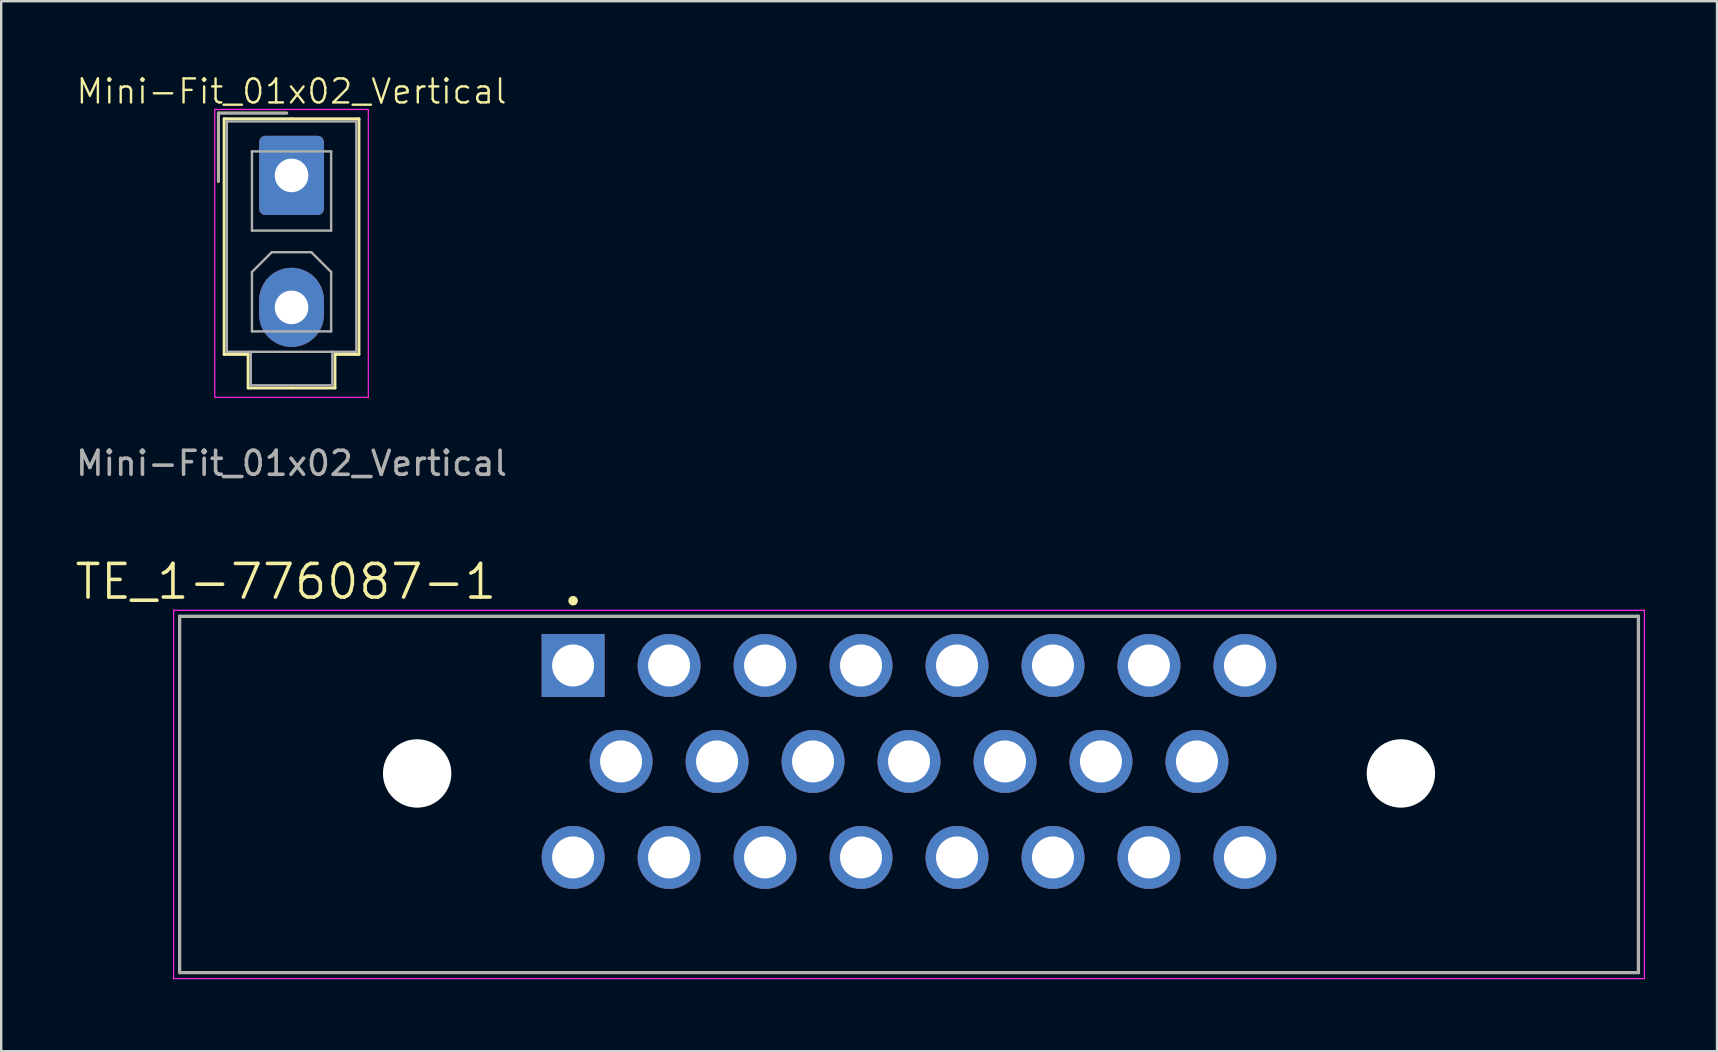
<source format=kicad_pcb>
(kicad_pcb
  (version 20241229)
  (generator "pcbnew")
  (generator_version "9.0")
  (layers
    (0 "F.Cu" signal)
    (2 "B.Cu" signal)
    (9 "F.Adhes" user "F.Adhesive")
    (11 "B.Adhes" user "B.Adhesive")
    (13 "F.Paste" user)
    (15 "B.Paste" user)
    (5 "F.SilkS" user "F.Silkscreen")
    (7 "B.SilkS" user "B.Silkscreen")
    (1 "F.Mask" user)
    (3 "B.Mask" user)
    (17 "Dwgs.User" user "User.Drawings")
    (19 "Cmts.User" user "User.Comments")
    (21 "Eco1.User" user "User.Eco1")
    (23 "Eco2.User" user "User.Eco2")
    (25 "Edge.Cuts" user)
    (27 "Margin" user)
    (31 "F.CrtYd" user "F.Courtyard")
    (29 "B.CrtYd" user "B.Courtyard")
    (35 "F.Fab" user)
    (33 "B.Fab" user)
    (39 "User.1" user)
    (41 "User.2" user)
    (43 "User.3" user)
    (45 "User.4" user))
  (footprint "TE_1-776087-1"
    (layer "F.Cu")
    (at 20.836 24.686)
    (property "Reference" "TE_1-776087-1" (at -11.972 -3.494 0) (layer "F.SilkS") (effects (font (size 1.402 1.402) (thickness 0.15))))
    (attr through_hole)
    (fp_line (start -16.4 -2.05) (end -16.4 12.8) (stroke (width 0.127) (type solid)) (layer "F.SilkS"))
    (fp_line (start 44.4 -2.05) (end -16.4 -2.05) (stroke (width 0.127) (type solid)) (layer "F.SilkS"))
    (fp_line (start 44.4 12.8) (end -16.4 12.8) (stroke (width 0.127) (type solid)) (layer "F.SilkS"))
    (fp_line (start 44.4 12.8) (end 44.4 -2.05) (stroke (width 0.127) (type solid)) (layer "F.SilkS"))
    (fp_circle (center 0 -2.7) (end 0.1 -2.7) (stroke (width 0.2) (type solid)) (fill no) (layer "F.SilkS"))
    (fp_line (start -16.65 -2.3) (end 44.65 -2.3) (stroke (width 0.05) (type solid)) (layer "F.CrtYd"))
    (fp_line (start -16.65 13.05) (end -16.65 -2.3) (stroke (width 0.05) (type solid)) (layer "F.CrtYd"))
    (fp_line (start 44.65 -2.3) (end 44.65 13.05) (stroke (width 0.05) (type solid)) (layer "F.CrtYd"))
    (fp_line (start 44.65 13.05) (end -16.65 13.05) (stroke (width 0.05) (type solid)) (layer "F.CrtYd"))
    (fp_line (start -16.4 -2.05) (end -16.4 12.8) (stroke (width 0.127) (type solid)) (layer "F.Fab"))
    (fp_line (start 44.4 -2.05) (end -16.4 -2.05) (stroke (width 0.127) (type solid)) (layer "F.Fab"))
    (fp_line (start 44.4 12.8) (end -16.4 12.8) (stroke (width 0.127) (type solid)) (layer "F.Fab"))
    (fp_line (start 44.4 12.8) (end 44.4 -2.05) (stroke (width 0.127) (type solid)) (layer "F.Fab"))
    (pad "" np_thru_hole circle (at -6.5 4.5) (size 2.85 2.85) (drill 2.85) (layers "*.Cu" "*.Mask"))
    (pad "" np_thru_hole circle (at 34.5 4.5) (size 2.85 2.85) (drill 2.85) (layers "*.Cu" "*.Mask"))
    (pad "1" thru_hole rect (at 0 0) (size 2.625 2.625) (drill 1.75) (layers "*.Cu" "*.Mask"))
    (pad "2" thru_hole circle (at 4 0) (size 2.625 2.625) (drill 1.75) (layers "*.Cu" "*.Mask"))
    (pad "3" thru_hole circle (at 8 0) (size 2.625 2.625) (drill 1.75) (layers "*.Cu" "*.Mask"))
    (pad "4" thru_hole circle (at 12 0) (size 2.625 2.625) (drill 1.75) (layers "*.Cu" "*.Mask"))
    (pad "5" thru_hole circle (at 16 0) (size 2.625 2.625) (drill 1.75) (layers "*.Cu" "*.Mask"))
    (pad "6" thru_hole circle (at 20 0) (size 2.625 2.625) (drill 1.75) (layers "*.Cu" "*.Mask"))
    (pad "7" thru_hole circle (at 24 0) (size 2.625 2.625) (drill 1.75) (layers "*.Cu" "*.Mask"))
    (pad "8" thru_hole circle (at 28 0) (size 2.625 2.625) (drill 1.75) (layers "*.Cu" "*.Mask"))
    (pad "9" thru_hole circle (at 2 4) (size 2.625 2.625) (drill 1.75) (layers "*.Cu" "*.Mask"))
    (pad "10" thru_hole circle (at 6 4) (size 2.625 2.625) (drill 1.75) (layers "*.Cu" "*.Mask"))
    (pad "11" thru_hole circle (at 10 4) (size 2.625 2.625) (drill 1.75) (layers "*.Cu" "*.Mask"))
    (pad "12" thru_hole circle (at 14 4) (size 2.625 2.625) (drill 1.75) (layers "*.Cu" "*.Mask"))
    (pad "13" thru_hole circle (at 18 4) (size 2.625 2.625) (drill 1.75) (layers "*.Cu" "*.Mask"))
    (pad "14" thru_hole circle (at 22 4) (size 2.625 2.625) (drill 1.75) (layers "*.Cu" "*.Mask"))
    (pad "15" thru_hole circle (at 26 4) (size 2.625 2.625) (drill 1.75) (layers "*.Cu" "*.Mask"))
    (pad "16" thru_hole circle (at 0 8) (size 2.625 2.625) (drill 1.75) (layers "*.Cu" "*.Mask"))
    (pad "17" thru_hole circle (at 4 8) (size 2.625 2.625) (drill 1.75) (layers "*.Cu" "*.Mask"))
    (pad "18" thru_hole circle (at 8 8) (size 2.625 2.625) (drill 1.75) (layers "*.Cu" "*.Mask"))
    (pad "19" thru_hole circle (at 12 8) (size 2.625 2.625) (drill 1.75) (layers "*.Cu" "*.Mask"))
    (pad "20" thru_hole circle (at 16 8) (size 2.625 2.625) (drill 1.75) (layers "*.Cu" "*.Mask"))
    (pad "21" thru_hole circle (at 20 8) (size 2.625 2.625) (drill 1.75) (layers "*.Cu" "*.Mask"))
    (pad "22" thru_hole circle (at 24 8) (size 2.625 2.625) (drill 1.75) (layers "*.Cu" "*.Mask"))
    (pad "23" thru_hole circle (at 28 8) (size 2.625 2.625) (drill 1.75) (layers "*.Cu" "*.Mask")))
  (footprint "Mini-Fit_01x02_Vertical"
    (layer "F.Cu")
    (at 9.101 4.261)
    (property "Reference" "Mini-Fit_01x02_Vertical" (at 0 -3.5 0) (unlocked yes) (layer "F.SilkS") (effects (font (size 1 1) (thickness 0.1))))
    (attr through_hole)
    (fp_line (start -3.05 -2.6) (end -3.05 0.25) (stroke (width 0.12) (type solid)) (layer "F.SilkS"))
    (fp_line (start -2.81 -2.36) (end -2.81 7.46) (stroke (width 0.12) (type solid)) (layer "F.SilkS"))
    (fp_line (start -2.81 7.46) (end -1.81 7.46) (stroke (width 0.12) (type solid)) (layer "F.SilkS"))
    (fp_line (start -1.81 7.46) (end -1.81 8.86) (stroke (width 0.12) (type solid)) (layer "F.SilkS"))
    (fp_line (start -1.81 8.86) (end 0 8.86) (stroke (width 0.12) (type solid)) (layer "F.SilkS"))
    (fp_line (start -0.2 -2.6) (end -3.05 -2.6) (stroke (width 0.12) (type solid)) (layer "F.SilkS"))
    (fp_line (start 0 -2.36) (end -2.81 -2.36) (stroke (width 0.12) (type solid)) (layer "F.SilkS"))
    (fp_line (start 0 -2.36) (end 2.81 -2.36) (stroke (width 0.12) (type solid)) (layer "F.SilkS"))
    (fp_line (start 1.81 7.46) (end 1.81 8.86) (stroke (width 0.12) (type solid)) (layer "F.SilkS"))
    (fp_line (start 1.81 8.86) (end 0 8.86) (stroke (width 0.12) (type solid)) (layer "F.SilkS"))
    (fp_line (start 2.81 -2.36) (end 2.81 7.46) (stroke (width 0.12) (type solid)) (layer "F.SilkS"))
    (fp_line (start 2.81 7.46) (end 1.81 7.46) (stroke (width 0.12) (type solid)) (layer "F.SilkS"))
    (fp_line (start -3.2 -2.75) (end -3.2 9.25) (stroke (width 0.05) (type solid)) (layer "F.CrtYd"))
    (fp_line (start -3.2 9.25) (end 3.2 9.25) (stroke (width 0.05) (type solid)) (layer "F.CrtYd"))
    (fp_line (start 3.2 -2.75) (end -3.2 -2.75) (stroke (width 0.05) (type solid)) (layer "F.CrtYd"))
    (fp_line (start 3.2 9.25) (end 3.2 -2.75) (stroke (width 0.05) (type solid)) (layer "F.CrtYd"))
    (fp_line (start -3.05 -2.6) (end -3.05 0.25) (stroke (width 0.1) (type solid)) (layer "F.Fab"))
    (fp_line (start -2.7 -2.25) (end -2.7 7.35) (stroke (width 0.1) (type solid)) (layer "F.Fab"))
    (fp_line (start -2.7 7.35) (end 2.7 7.35) (stroke (width 0.1) (type solid)) (layer "F.Fab"))
    (fp_line (start -1.7 7.35) (end -1.7 8.75) (stroke (width 0.1) (type solid)) (layer "F.Fab"))
    (fp_line (start -1.7 8.75) (end 1.7 8.75) (stroke (width 0.1) (type solid)) (layer "F.Fab"))
    (fp_line (start -1.65 -1) (end -1.65 2.3) (stroke (width 0.1) (type solid)) (layer "F.Fab"))
    (fp_line (start -1.65 2.3) (end 1.65 2.3) (stroke (width 0.1) (type solid)) (layer "F.Fab"))
    (fp_line (start -1.65 4.025) (end -0.825 3.2) (stroke (width 0.1) (type solid)) (layer "F.Fab"))
    (fp_line (start -1.65 6.5) (end -1.65 4.025) (stroke (width 0.1) (type solid)) (layer "F.Fab"))
    (fp_line (start -0.825 3.2) (end 0.825 3.2) (stroke (width 0.1) (type solid)) (layer "F.Fab"))
    (fp_line (start -0.2 -2.6) (end -3.05 -2.6) (stroke (width 0.1) (type solid)) (layer "F.Fab"))
    (fp_line (start 0.825 3.2) (end 1.65 4.025) (stroke (width 0.1) (type solid)) (layer "F.Fab"))
    (fp_line (start 1.65 -1) (end -1.65 -1) (stroke (width 0.1) (type solid)) (layer "F.Fab"))
    (fp_line (start 1.65 2.3) (end 1.65 -1) (stroke (width 0.1) (type solid)) (layer "F.Fab"))
    (fp_line (start 1.65 4.025) (end 1.65 6.5) (stroke (width 0.1) (type solid)) (layer "F.Fab"))
    (fp_line (start 1.65 6.5) (end -1.65 6.5) (stroke (width 0.1) (type solid)) (layer "F.Fab"))
    (fp_line (start 1.7 8.75) (end 1.7 7.35) (stroke (width 0.1) (type solid)) (layer "F.Fab"))
    (fp_line (start 2.7 -2.25) (end -2.7 -2.25) (stroke (width 0.1) (type solid)) (layer "F.Fab"))
    (fp_line (start 2.7 7.35) (end 2.7 -2.25) (stroke (width 0.1) (type solid)) (layer "F.Fab"))
    (fp_text user "${REFERENCE}" (at 0 12 0) (layer "F.Fab") (effects (font (size 1 1) (thickness 0.15))))
    (pad "1" thru_hole roundrect (at 0 0) (size 2.7 3.3) (drill 1.4) (layers "*.Cu" "*.Mask") (roundrect_rratio 0.093))
    (pad "2" thru_hole oval (at 0 5.5) (size 2.7 3.3) (drill 1.4) (layers "*.Cu" "*.Mask")))
  (gr_rect
    (start -3 -3)
    (end 68.511 40.761)
    (stroke (width 0.1) (type default))
    (fill no)
    (layer "Edge.Cuts")))
</source>
